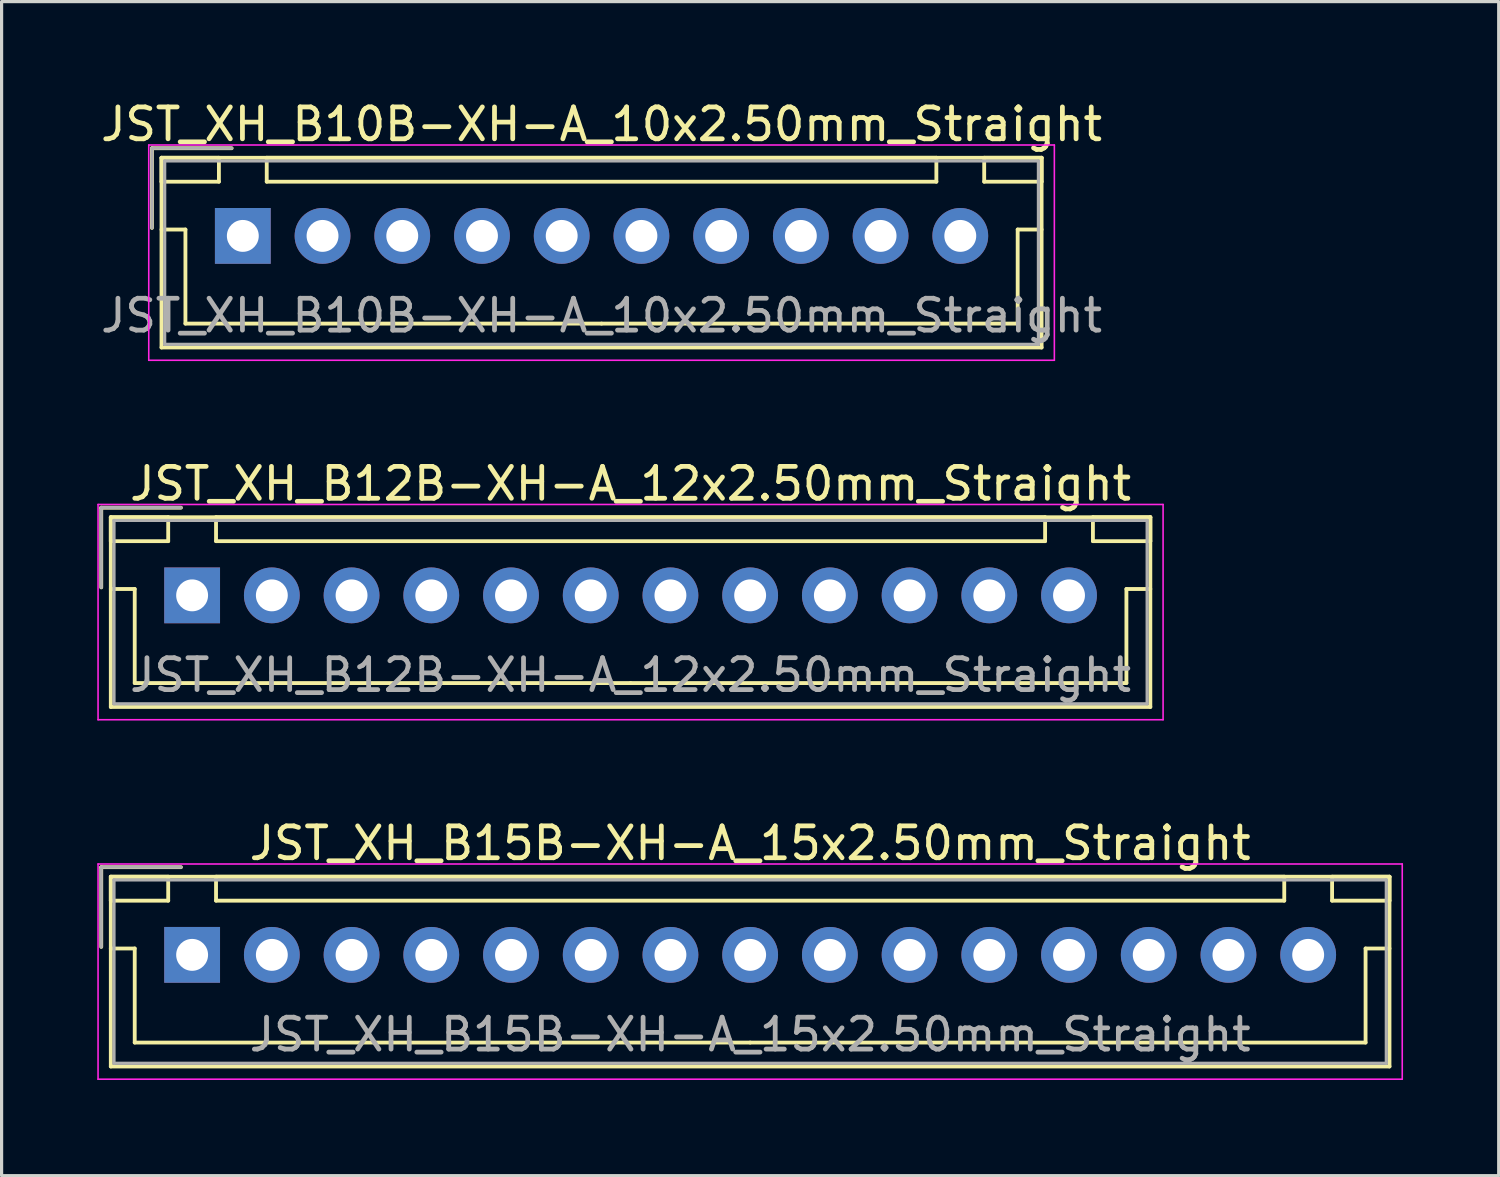
<source format=kicad_pcb>
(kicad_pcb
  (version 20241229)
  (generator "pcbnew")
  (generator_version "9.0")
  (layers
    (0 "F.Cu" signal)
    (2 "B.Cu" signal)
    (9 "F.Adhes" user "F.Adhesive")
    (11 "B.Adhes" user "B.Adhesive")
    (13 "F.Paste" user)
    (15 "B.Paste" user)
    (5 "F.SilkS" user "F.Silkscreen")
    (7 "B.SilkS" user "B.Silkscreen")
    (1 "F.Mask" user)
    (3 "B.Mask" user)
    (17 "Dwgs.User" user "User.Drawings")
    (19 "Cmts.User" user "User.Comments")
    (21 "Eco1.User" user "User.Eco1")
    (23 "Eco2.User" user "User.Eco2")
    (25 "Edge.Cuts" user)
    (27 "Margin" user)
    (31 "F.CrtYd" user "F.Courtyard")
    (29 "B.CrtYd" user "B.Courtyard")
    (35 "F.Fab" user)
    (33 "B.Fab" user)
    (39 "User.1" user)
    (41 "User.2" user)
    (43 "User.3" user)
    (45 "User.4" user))
  (footprint "JST_XH_B10B-XH-A_10x2.50mm_Straight"
    (layer "F.Cu")
    (at 4.565 4.348)
    (property "Reference" "JST_XH_B10B-XH-A_10x2.50mm_Straight" (at 11.25 -3.5 0) (layer "F.SilkS") (effects (font (size 1 1) (thickness 0.15))))
    (attr through_hole)
    (fp_line (start -2.85 -2.75) (end -2.85 -0.25) (stroke (width 0.12) (type solid)) (layer "F.SilkS"))
    (fp_line (start -2.55 -2.45) (end -2.55 -1.7) (stroke (width 0.12) (type solid)) (layer "F.SilkS"))
    (fp_line (start -2.55 -2.45) (end -2.55 3.5) (stroke (width 0.12) (type solid)) (layer "F.SilkS"))
    (fp_line (start -2.55 -1.7) (end -0.75 -1.7) (stroke (width 0.12) (type solid)) (layer "F.SilkS"))
    (fp_line (start -2.55 -0.2) (end -1.8 -0.2) (stroke (width 0.12) (type solid)) (layer "F.SilkS"))
    (fp_line (start -2.55 3.5) (end 25.05 3.5) (stroke (width 0.12) (type solid)) (layer "F.SilkS"))
    (fp_line (start -1.8 -0.2) (end -1.8 2.75) (stroke (width 0.12) (type solid)) (layer "F.SilkS"))
    (fp_line (start -1.8 2.75) (end 11.25 2.75) (stroke (width 0.12) (type solid)) (layer "F.SilkS"))
    (fp_line (start -0.75 -2.45) (end -2.55 -2.45) (stroke (width 0.12) (type solid)) (layer "F.SilkS"))
    (fp_line (start -0.75 -1.7) (end -0.75 -2.45) (stroke (width 0.12) (type solid)) (layer "F.SilkS"))
    (fp_line (start -0.35 -2.75) (end -2.85 -2.75) (stroke (width 0.12) (type solid)) (layer "F.SilkS"))
    (fp_line (start 0.75 -2.45) (end 0.75 -1.7) (stroke (width 0.12) (type solid)) (layer "F.SilkS"))
    (fp_line (start 0.75 -1.7) (end 21.75 -1.7) (stroke (width 0.12) (type solid)) (layer "F.SilkS"))
    (fp_line (start 21.75 -2.45) (end 0.75 -2.45) (stroke (width 0.12) (type solid)) (layer "F.SilkS"))
    (fp_line (start 21.75 -1.7) (end 21.75 -2.45) (stroke (width 0.12) (type solid)) (layer "F.SilkS"))
    (fp_line (start 23.25 -2.45) (end 23.25 -1.7) (stroke (width 0.12) (type solid)) (layer "F.SilkS"))
    (fp_line (start 23.25 -1.7) (end 25.05 -1.7) (stroke (width 0.12) (type solid)) (layer "F.SilkS"))
    (fp_line (start 24.3 -0.2) (end 24.3 2.75) (stroke (width 0.12) (type solid)) (layer "F.SilkS"))
    (fp_line (start 24.3 2.75) (end 11.25 2.75) (stroke (width 0.12) (type solid)) (layer "F.SilkS"))
    (fp_line (start 25.05 -2.45) (end -2.55 -2.45) (stroke (width 0.12) (type solid)) (layer "F.SilkS"))
    (fp_line (start 25.05 -2.45) (end 23.25 -2.45) (stroke (width 0.12) (type solid)) (layer "F.SilkS"))
    (fp_line (start 25.05 -1.7) (end 25.05 -2.45) (stroke (width 0.12) (type solid)) (layer "F.SilkS"))
    (fp_line (start 25.05 -0.2) (end 24.3 -0.2) (stroke (width 0.12) (type solid)) (layer "F.SilkS"))
    (fp_line (start 25.05 3.5) (end 25.05 -2.45) (stroke (width 0.12) (type solid)) (layer "F.SilkS"))
    (fp_line (start -2.95 -2.85) (end -2.95 3.9) (stroke (width 0.05) (type solid)) (layer "F.CrtYd"))
    (fp_line (start -2.95 3.9) (end 25.45 3.9) (stroke (width 0.05) (type solid)) (layer "F.CrtYd"))
    (fp_line (start 25.45 -2.85) (end -2.95 -2.85) (stroke (width 0.05) (type solid)) (layer "F.CrtYd"))
    (fp_line (start 25.45 3.9) (end 25.45 -2.85) (stroke (width 0.05) (type solid)) (layer "F.CrtYd"))
    (fp_line (start -2.85 -2.75) (end -2.85 -0.25) (stroke (width 0.1) (type solid)) (layer "F.Fab"))
    (fp_line (start -2.45 -2.35) (end -2.45 3.4) (stroke (width 0.1) (type solid)) (layer "F.Fab"))
    (fp_line (start -2.45 3.4) (end 24.95 3.4) (stroke (width 0.1) (type solid)) (layer "F.Fab"))
    (fp_line (start -0.35 -2.75) (end -2.85 -2.75) (stroke (width 0.1) (type solid)) (layer "F.Fab"))
    (fp_line (start 24.95 -2.35) (end -2.45 -2.35) (stroke (width 0.1) (type solid)) (layer "F.Fab"))
    (fp_line (start 24.95 3.4) (end 24.95 -2.35) (stroke (width 0.1) (type solid)) (layer "F.Fab"))
    (fp_text user "${REFERENCE}" (at 11.25 2.5 0) (layer "F.Fab") (effects (font (size 1 1) (thickness 0.15))))
    (pad "1" thru_hole rect (at 0 0) (size 1.75 1.75) (drill 1) (layers "*.Cu" "*.Mask"))
    (pad "2" thru_hole circle (at 2.5 0) (size 1.75 1.75) (drill 1) (layers "*.Cu" "*.Mask"))
    (pad "3" thru_hole circle (at 5 0) (size 1.75 1.75) (drill 1) (layers "*.Cu" "*.Mask"))
    (pad "4" thru_hole circle (at 7.5 0) (size 1.75 1.75) (drill 1) (layers "*.Cu" "*.Mask"))
    (pad "5" thru_hole circle (at 10 0) (size 1.75 1.75) (drill 1) (layers "*.Cu" "*.Mask"))
    (pad "6" thru_hole circle (at 12.5 0) (size 1.75 1.75) (drill 1) (layers "*.Cu" "*.Mask"))
    (pad "7" thru_hole circle (at 15 0) (size 1.75 1.75) (drill 1) (layers "*.Cu" "*.Mask"))
    (pad "8" thru_hole circle (at 17.5 0) (size 1.75 1.75) (drill 1) (layers "*.Cu" "*.Mask"))
    (pad "9" thru_hole circle (at 20 0) (size 1.75 1.75) (drill 1) (layers "*.Cu" "*.Mask"))
    (pad "10" thru_hole circle (at 22.5 0) (size 1.75 1.75) (drill 1) (layers "*.Cu" "*.Mask")))
  (footprint "JST_XH_B12B-XH-A_12x2.50mm_Straight"
    (layer "F.Cu")
    (at 2.975 15.621)
    (property "Reference" "JST_XH_B12B-XH-A_12x2.50mm_Straight" (at 13.75 -3.5 0) (layer "F.SilkS") (effects (font (size 1 1) (thickness 0.15))))
    (attr through_hole)
    (fp_line (start -2.85 -2.75) (end -2.85 -0.25) (stroke (width 0.12) (type solid)) (layer "F.SilkS"))
    (fp_line (start -2.55 -2.45) (end -2.55 -1.7) (stroke (width 0.12) (type solid)) (layer "F.SilkS"))
    (fp_line (start -2.55 -2.45) (end -2.55 3.5) (stroke (width 0.12) (type solid)) (layer "F.SilkS"))
    (fp_line (start -2.55 -1.7) (end -0.75 -1.7) (stroke (width 0.12) (type solid)) (layer "F.SilkS"))
    (fp_line (start -2.55 -0.2) (end -1.8 -0.2) (stroke (width 0.12) (type solid)) (layer "F.SilkS"))
    (fp_line (start -2.55 3.5) (end 30.05 3.5) (stroke (width 0.12) (type solid)) (layer "F.SilkS"))
    (fp_line (start -1.8 -0.2) (end -1.8 2.75) (stroke (width 0.12) (type solid)) (layer "F.SilkS"))
    (fp_line (start -1.8 2.75) (end 13.75 2.75) (stroke (width 0.12) (type solid)) (layer "F.SilkS"))
    (fp_line (start -0.75 -2.45) (end -2.55 -2.45) (stroke (width 0.12) (type solid)) (layer "F.SilkS"))
    (fp_line (start -0.75 -1.7) (end -0.75 -2.45) (stroke (width 0.12) (type solid)) (layer "F.SilkS"))
    (fp_line (start -0.35 -2.75) (end -2.85 -2.75) (stroke (width 0.12) (type solid)) (layer "F.SilkS"))
    (fp_line (start 0.75 -2.45) (end 0.75 -1.7) (stroke (width 0.12) (type solid)) (layer "F.SilkS"))
    (fp_line (start 0.75 -1.7) (end 26.75 -1.7) (stroke (width 0.12) (type solid)) (layer "F.SilkS"))
    (fp_line (start 26.75 -2.45) (end 0.75 -2.45) (stroke (width 0.12) (type solid)) (layer "F.SilkS"))
    (fp_line (start 26.75 -1.7) (end 26.75 -2.45) (stroke (width 0.12) (type solid)) (layer "F.SilkS"))
    (fp_line (start 28.25 -2.45) (end 28.25 -1.7) (stroke (width 0.12) (type solid)) (layer "F.SilkS"))
    (fp_line (start 28.25 -1.7) (end 30.05 -1.7) (stroke (width 0.12) (type solid)) (layer "F.SilkS"))
    (fp_line (start 29.3 -0.2) (end 29.3 2.75) (stroke (width 0.12) (type solid)) (layer "F.SilkS"))
    (fp_line (start 29.3 2.75) (end 13.75 2.75) (stroke (width 0.12) (type solid)) (layer "F.SilkS"))
    (fp_line (start 30.05 -2.45) (end -2.55 -2.45) (stroke (width 0.12) (type solid)) (layer "F.SilkS"))
    (fp_line (start 30.05 -2.45) (end 28.25 -2.45) (stroke (width 0.12) (type solid)) (layer "F.SilkS"))
    (fp_line (start 30.05 -1.7) (end 30.05 -2.45) (stroke (width 0.12) (type solid)) (layer "F.SilkS"))
    (fp_line (start 30.05 -0.2) (end 29.3 -0.2) (stroke (width 0.12) (type solid)) (layer "F.SilkS"))
    (fp_line (start 30.05 3.5) (end 30.05 -2.45) (stroke (width 0.12) (type solid)) (layer "F.SilkS"))
    (fp_line (start -2.95 -2.85) (end -2.95 3.9) (stroke (width 0.05) (type solid)) (layer "F.CrtYd"))
    (fp_line (start -2.95 3.9) (end 30.45 3.9) (stroke (width 0.05) (type solid)) (layer "F.CrtYd"))
    (fp_line (start 30.45 -2.85) (end -2.95 -2.85) (stroke (width 0.05) (type solid)) (layer "F.CrtYd"))
    (fp_line (start 30.45 3.9) (end 30.45 -2.85) (stroke (width 0.05) (type solid)) (layer "F.CrtYd"))
    (fp_line (start -2.85 -2.75) (end -2.85 -0.25) (stroke (width 0.1) (type solid)) (layer "F.Fab"))
    (fp_line (start -2.45 -2.35) (end -2.45 3.4) (stroke (width 0.1) (type solid)) (layer "F.Fab"))
    (fp_line (start -2.45 3.4) (end 29.95 3.4) (stroke (width 0.1) (type solid)) (layer "F.Fab"))
    (fp_line (start -0.35 -2.75) (end -2.85 -2.75) (stroke (width 0.1) (type solid)) (layer "F.Fab"))
    (fp_line (start 29.95 -2.35) (end -2.45 -2.35) (stroke (width 0.1) (type solid)) (layer "F.Fab"))
    (fp_line (start 29.95 3.4) (end 29.95 -2.35) (stroke (width 0.1) (type solid)) (layer "F.Fab"))
    (fp_text user "${REFERENCE}" (at 13.75 2.5 0) (layer "F.Fab") (effects (font (size 1 1) (thickness 0.15))))
    (pad "1" thru_hole rect (at 0 0) (size 1.75 1.75) (drill 1) (layers "*.Cu" "*.Mask"))
    (pad "2" thru_hole circle (at 2.5 0) (size 1.75 1.75) (drill 1) (layers "*.Cu" "*.Mask"))
    (pad "3" thru_hole circle (at 5 0) (size 1.75 1.75) (drill 1) (layers "*.Cu" "*.Mask"))
    (pad "4" thru_hole circle (at 7.5 0) (size 1.75 1.75) (drill 1) (layers "*.Cu" "*.Mask"))
    (pad "5" thru_hole circle (at 10 0) (size 1.75 1.75) (drill 1) (layers "*.Cu" "*.Mask"))
    (pad "6" thru_hole circle (at 12.5 0) (size 1.75 1.75) (drill 1) (layers "*.Cu" "*.Mask"))
    (pad "7" thru_hole circle (at 15 0) (size 1.75 1.75) (drill 1) (layers "*.Cu" "*.Mask"))
    (pad "8" thru_hole circle (at 17.5 0) (size 1.75 1.75) (drill 1) (layers "*.Cu" "*.Mask"))
    (pad "9" thru_hole circle (at 20 0) (size 1.75 1.75) (drill 1) (layers "*.Cu" "*.Mask"))
    (pad "10" thru_hole circle (at 22.5 0) (size 1.75 1.75) (drill 1) (layers "*.Cu" "*.Mask"))
    (pad "11" thru_hole circle (at 25 0) (size 1.75 1.75) (drill 1) (layers "*.Cu" "*.Mask"))
    (pad "12" thru_hole circle (at 27.5 0) (size 1.75 1.75) (drill 1) (layers "*.Cu" "*.Mask")))
  (footprint "JST_XH_B15B-XH-A_15x2.50mm_Straight"
    (layer "F.Cu")
    (at 2.975 26.895)
    (property "Reference" "JST_XH_B15B-XH-A_15x2.50mm_Straight" (at 17.5 -3.5 0) (layer "F.SilkS") (effects (font (size 1 1) (thickness 0.15))))
    (attr through_hole)
    (fp_line (start -2.85 -2.75) (end -2.85 -0.25) (stroke (width 0.12) (type solid)) (layer "F.SilkS"))
    (fp_line (start -2.55 -2.45) (end -2.55 -1.7) (stroke (width 0.12) (type solid)) (layer "F.SilkS"))
    (fp_line (start -2.55 -2.45) (end -2.55 3.5) (stroke (width 0.12) (type solid)) (layer "F.SilkS"))
    (fp_line (start -2.55 -1.7) (end -0.75 -1.7) (stroke (width 0.12) (type solid)) (layer "F.SilkS"))
    (fp_line (start -2.55 -0.2) (end -1.8 -0.2) (stroke (width 0.12) (type solid)) (layer "F.SilkS"))
    (fp_line (start -2.55 3.5) (end 37.55 3.5) (stroke (width 0.12) (type solid)) (layer "F.SilkS"))
    (fp_line (start -1.8 -0.2) (end -1.8 2.75) (stroke (width 0.12) (type solid)) (layer "F.SilkS"))
    (fp_line (start -1.8 2.75) (end 17.5 2.75) (stroke (width 0.12) (type solid)) (layer "F.SilkS"))
    (fp_line (start -0.75 -2.45) (end -2.55 -2.45) (stroke (width 0.12) (type solid)) (layer "F.SilkS"))
    (fp_line (start -0.75 -1.7) (end -0.75 -2.45) (stroke (width 0.12) (type solid)) (layer "F.SilkS"))
    (fp_line (start -0.35 -2.75) (end -2.85 -2.75) (stroke (width 0.12) (type solid)) (layer "F.SilkS"))
    (fp_line (start 0.75 -2.45) (end 0.75 -1.7) (stroke (width 0.12) (type solid)) (layer "F.SilkS"))
    (fp_line (start 0.75 -1.7) (end 34.25 -1.7) (stroke (width 0.12) (type solid)) (layer "F.SilkS"))
    (fp_line (start 34.25 -2.45) (end 0.75 -2.45) (stroke (width 0.12) (type solid)) (layer "F.SilkS"))
    (fp_line (start 34.25 -1.7) (end 34.25 -2.45) (stroke (width 0.12) (type solid)) (layer "F.SilkS"))
    (fp_line (start 35.75 -2.45) (end 35.75 -1.7) (stroke (width 0.12) (type solid)) (layer "F.SilkS"))
    (fp_line (start 35.75 -1.7) (end 37.55 -1.7) (stroke (width 0.12) (type solid)) (layer "F.SilkS"))
    (fp_line (start 36.8 -0.2) (end 36.8 2.75) (stroke (width 0.12) (type solid)) (layer "F.SilkS"))
    (fp_line (start 36.8 2.75) (end 17.5 2.75) (stroke (width 0.12) (type solid)) (layer "F.SilkS"))
    (fp_line (start 37.55 -2.45) (end -2.55 -2.45) (stroke (width 0.12) (type solid)) (layer "F.SilkS"))
    (fp_line (start 37.55 -2.45) (end 35.75 -2.45) (stroke (width 0.12) (type solid)) (layer "F.SilkS"))
    (fp_line (start 37.55 -1.7) (end 37.55 -2.45) (stroke (width 0.12) (type solid)) (layer "F.SilkS"))
    (fp_line (start 37.55 -0.2) (end 36.8 -0.2) (stroke (width 0.12) (type solid)) (layer "F.SilkS"))
    (fp_line (start 37.55 3.5) (end 37.55 -2.45) (stroke (width 0.12) (type solid)) (layer "F.SilkS"))
    (fp_line (start -2.95 -2.85) (end -2.95 3.9) (stroke (width 0.05) (type solid)) (layer "F.CrtYd"))
    (fp_line (start -2.95 3.9) (end 37.95 3.9) (stroke (width 0.05) (type solid)) (layer "F.CrtYd"))
    (fp_line (start 37.95 -2.85) (end -2.95 -2.85) (stroke (width 0.05) (type solid)) (layer "F.CrtYd"))
    (fp_line (start 37.95 3.9) (end 37.95 -2.85) (stroke (width 0.05) (type solid)) (layer "F.CrtYd"))
    (fp_line (start -2.85 -2.75) (end -2.85 -0.25) (stroke (width 0.1) (type solid)) (layer "F.Fab"))
    (fp_line (start -2.45 -2.35) (end -2.45 3.4) (stroke (width 0.1) (type solid)) (layer "F.Fab"))
    (fp_line (start -2.45 3.4) (end 37.45 3.4) (stroke (width 0.1) (type solid)) (layer "F.Fab"))
    (fp_line (start -0.35 -2.75) (end -2.85 -2.75) (stroke (width 0.1) (type solid)) (layer "F.Fab"))
    (fp_line (start 37.45 -2.35) (end -2.45 -2.35) (stroke (width 0.1) (type solid)) (layer "F.Fab"))
    (fp_line (start 37.45 3.4) (end 37.45 -2.35) (stroke (width 0.1) (type solid)) (layer "F.Fab"))
    (fp_text user "${REFERENCE}" (at 17.5 2.5 0) (layer "F.Fab") (effects (font (size 1 1) (thickness 0.15))))
    (pad "1" thru_hole rect (at 0 0) (size 1.75 1.75) (drill 1) (layers "*.Cu" "*.Mask"))
    (pad "2" thru_hole circle (at 2.5 0) (size 1.75 1.75) (drill 1) (layers "*.Cu" "*.Mask"))
    (pad "3" thru_hole circle (at 5 0) (size 1.75 1.75) (drill 1) (layers "*.Cu" "*.Mask"))
    (pad "4" thru_hole circle (at 7.5 0) (size 1.75 1.75) (drill 1) (layers "*.Cu" "*.Mask"))
    (pad "5" thru_hole circle (at 10 0) (size 1.75 1.75) (drill 1) (layers "*.Cu" "*.Mask"))
    (pad "6" thru_hole circle (at 12.5 0) (size 1.75 1.75) (drill 1) (layers "*.Cu" "*.Mask"))
    (pad "7" thru_hole circle (at 15 0) (size 1.75 1.75) (drill 1) (layers "*.Cu" "*.Mask"))
    (pad "8" thru_hole circle (at 17.5 0) (size 1.75 1.75) (drill 1) (layers "*.Cu" "*.Mask"))
    (pad "9" thru_hole circle (at 20 0) (size 1.75 1.75) (drill 1) (layers "*.Cu" "*.Mask"))
    (pad "10" thru_hole circle (at 22.5 0) (size 1.75 1.75) (drill 1) (layers "*.Cu" "*.Mask"))
    (pad "11" thru_hole circle (at 25 0) (size 1.75 1.75) (drill 1) (layers "*.Cu" "*.Mask"))
    (pad "12" thru_hole circle (at 27.5 0) (size 1.75 1.75) (drill 1) (layers "*.Cu" "*.Mask"))
    (pad "13" thru_hole circle (at 30 0) (size 1.75 1.75) (drill 1) (layers "*.Cu" "*.Mask"))
    (pad "14" thru_hole circle (at 32.5 0) (size 1.75 1.75) (drill 1) (layers "*.Cu" "*.Mask"))
    (pad "15" thru_hole circle (at 35 0) (size 1.75 1.75) (drill 1) (layers "*.Cu" "*.Mask")))
  (gr_rect
    (start -3 -3)
    (end 43.95 33.82)
    (stroke (width 0.1) (type default))
    (fill no)
    (layer "Edge.Cuts")))
</source>
